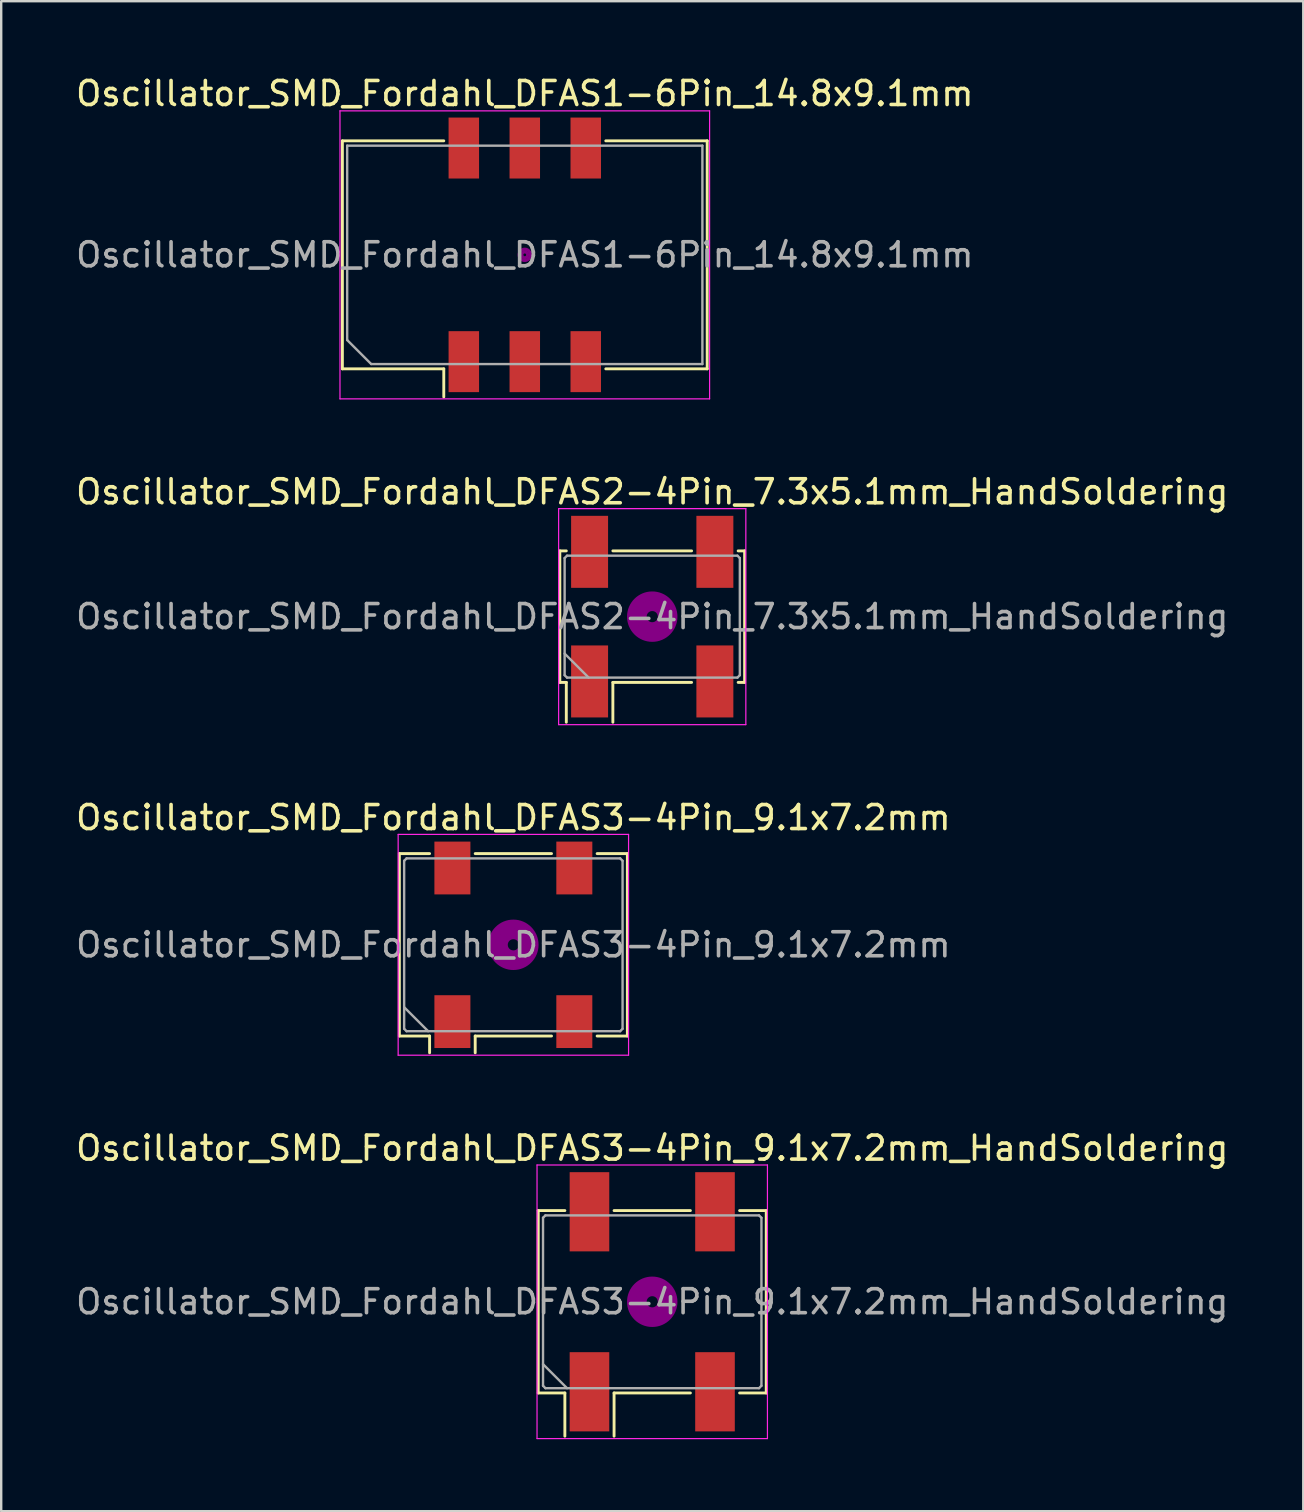
<source format=kicad_pcb>
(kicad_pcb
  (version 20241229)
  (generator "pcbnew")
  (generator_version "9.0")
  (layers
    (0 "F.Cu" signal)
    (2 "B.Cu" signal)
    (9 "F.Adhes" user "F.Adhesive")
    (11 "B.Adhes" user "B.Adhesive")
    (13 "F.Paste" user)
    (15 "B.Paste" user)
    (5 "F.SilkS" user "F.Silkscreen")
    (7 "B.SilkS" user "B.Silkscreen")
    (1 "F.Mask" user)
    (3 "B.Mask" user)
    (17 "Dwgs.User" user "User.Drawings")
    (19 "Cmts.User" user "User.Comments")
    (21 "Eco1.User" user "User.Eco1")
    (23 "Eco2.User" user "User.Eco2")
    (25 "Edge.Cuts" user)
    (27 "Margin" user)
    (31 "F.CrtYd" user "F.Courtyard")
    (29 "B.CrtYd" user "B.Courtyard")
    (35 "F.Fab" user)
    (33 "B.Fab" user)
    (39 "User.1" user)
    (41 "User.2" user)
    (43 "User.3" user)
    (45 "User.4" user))
  (footprint "Oscillator_SMD_Fordahl_DFAS3-4Pin_9.1x7.2mm_HandSoldering"
    (layer "F.Cu")
    (at 24.125 51.188)
    (property "Reference" "Oscillator_SMD_Fordahl_DFAS3-4Pin_9.1x7.2mm_HandSoldering" (at 0 -6.4 0) (layer "F.SilkS") (effects (font (size 1 1) (thickness 0.15))))
    (attr smd)
    (fp_line (start -4.75 -3.8) (end -3.64 -3.8) (stroke (width 0.12) (type solid)) (layer "F.SilkS"))
    (fp_line (start -4.75 3.8) (end -4.75 -3.8) (stroke (width 0.12) (type solid)) (layer "F.SilkS"))
    (fp_line (start -3.64 3.8) (end -4.75 3.8) (stroke (width 0.12) (type solid)) (layer "F.SilkS"))
    (fp_line (start -3.64 5.6) (end -3.64 3.8) (stroke (width 0.12) (type solid)) (layer "F.SilkS"))
    (fp_line (start -1.59 -3.8) (end 1.59 -3.8) (stroke (width 0.12) (type solid)) (layer "F.SilkS"))
    (fp_line (start -1.59 3.8) (end -1.59 5.6) (stroke (width 0.12) (type solid)) (layer "F.SilkS"))
    (fp_line (start 1.59 3.8) (end -1.59 3.8) (stroke (width 0.12) (type solid)) (layer "F.SilkS"))
    (fp_line (start 3.64 -3.8) (end 4.75 -3.8) (stroke (width 0.12) (type solid)) (layer "F.SilkS"))
    (fp_line (start 4.75 -3.8) (end 4.75 3.8) (stroke (width 0.12) (type solid)) (layer "F.SilkS"))
    (fp_line (start 4.75 3.8) (end 3.64 3.8) (stroke (width 0.12) (type solid)) (layer "F.SilkS"))
    (fp_circle (center 0 0) (end 0.233 0) (stroke (width 0.467) (type solid)) (fill no) (layer "F.Adhes"))
    (fp_circle (center 0 0) (end 0.533 0) (stroke (width 0.333) (type solid)) (fill no) (layer "F.Adhes"))
    (fp_circle (center 0 0) (end 0.833 0) (stroke (width 0.333) (type solid)) (fill no) (layer "F.Adhes"))
    (fp_circle (center 0 0) (end 1 0) (stroke (width 0.1) (type solid)) (fill no) (layer "F.Adhes"))
    (fp_line (start -4.8 -5.7) (end -4.8 5.7) (stroke (width 0.05) (type solid)) (layer "F.CrtYd"))
    (fp_line (start -4.8 5.7) (end 4.8 5.7) (stroke (width 0.05) (type solid)) (layer "F.CrtYd"))
    (fp_line (start 4.8 -5.7) (end -4.8 -5.7) (stroke (width 0.05) (type solid)) (layer "F.CrtYd"))
    (fp_line (start 4.8 5.7) (end 4.8 -5.7) (stroke (width 0.05) (type solid)) (layer "F.CrtYd"))
    (fp_line (start -4.55 -3.5) (end -4.45 -3.6) (stroke (width 0.1) (type solid)) (layer "F.Fab"))
    (fp_line (start -4.55 2.6) (end -3.55 3.6) (stroke (width 0.1) (type solid)) (layer "F.Fab"))
    (fp_line (start -4.55 3.5) (end -4.55 -3.5) (stroke (width 0.1) (type solid)) (layer "F.Fab"))
    (fp_line (start -4.45 -3.6) (end 4.45 -3.6) (stroke (width 0.1) (type solid)) (layer "F.Fab"))
    (fp_line (start -4.45 3.6) (end -4.55 3.5) (stroke (width 0.1) (type solid)) (layer "F.Fab"))
    (fp_line (start 4.45 -3.6) (end 4.55 -3.5) (stroke (width 0.1) (type solid)) (layer "F.Fab"))
    (fp_line (start 4.45 3.6) (end -4.45 3.6) (stroke (width 0.1) (type solid)) (layer "F.Fab"))
    (fp_line (start 4.55 -3.5) (end 4.55 3.5) (stroke (width 0.1) (type solid)) (layer "F.Fab"))
    (fp_line (start 4.55 3.5) (end 4.45 3.6) (stroke (width 0.1) (type solid)) (layer "F.Fab"))
    (fp_text user "${REFERENCE}" (at 0 0 0) (layer "F.Fab") (effects (font (size 1 1) (thickness 0.15))))
    (pad "1" smd rect (at -2.615 3.75) (size 1.65 3.3) (layers "F.Cu" "F.Mask" "F.Paste"))
    (pad "2" smd rect (at 2.615 3.75) (size 1.65 3.3) (layers "F.Cu" "F.Mask" "F.Paste"))
    (pad "3" smd rect (at 2.615 -3.75) (size 1.65 3.3) (layers "F.Cu" "F.Mask" "F.Paste"))
    (pad "4" smd rect (at -2.615 -3.75) (size 1.65 3.3) (layers "F.Cu" "F.Mask" "F.Paste")))
  (footprint "Oscillator_SMD_Fordahl_DFAS3-4Pin_9.1x7.2mm"
    (layer "F.Cu")
    (at 18.339 36.315)
    (property "Reference" "Oscillator_SMD_Fordahl_DFAS3-4Pin_9.1x7.2mm" (at 0 -5.3 0) (layer "F.SilkS") (effects (font (size 1 1) (thickness 0.15))))
    (attr smd)
    (fp_line (start -4.75 -3.8) (end -3.49 -3.8) (stroke (width 0.12) (type solid)) (layer "F.SilkS"))
    (fp_line (start -4.75 3.8) (end -4.75 -3.8) (stroke (width 0.12) (type solid)) (layer "F.SilkS"))
    (fp_line (start -3.49 3.8) (end -4.75 3.8) (stroke (width 0.12) (type solid)) (layer "F.SilkS"))
    (fp_line (start -3.49 4.5) (end -3.49 3.8) (stroke (width 0.12) (type solid)) (layer "F.SilkS"))
    (fp_line (start -1.59 -3.8) (end 1.59 -3.8) (stroke (width 0.12) (type solid)) (layer "F.SilkS"))
    (fp_line (start -1.59 3.8) (end -1.59 4.5) (stroke (width 0.12) (type solid)) (layer "F.SilkS"))
    (fp_line (start 1.59 3.8) (end -1.59 3.8) (stroke (width 0.12) (type solid)) (layer "F.SilkS"))
    (fp_line (start 3.49 -3.8) (end 4.75 -3.8) (stroke (width 0.12) (type solid)) (layer "F.SilkS"))
    (fp_line (start 4.75 -3.8) (end 4.75 3.8) (stroke (width 0.12) (type solid)) (layer "F.SilkS"))
    (fp_line (start 4.75 3.8) (end 3.49 3.8) (stroke (width 0.12) (type solid)) (layer "F.SilkS"))
    (fp_circle (center 0 0) (end 0.233 0) (stroke (width 0.467) (type solid)) (fill no) (layer "F.Adhes"))
    (fp_circle (center 0 0) (end 0.533 0) (stroke (width 0.333) (type solid)) (fill no) (layer "F.Adhes"))
    (fp_circle (center 0 0) (end 0.833 0) (stroke (width 0.333) (type solid)) (fill no) (layer "F.Adhes"))
    (fp_circle (center 0 0) (end 1 0) (stroke (width 0.1) (type solid)) (fill no) (layer "F.Adhes"))
    (fp_line (start -4.8 -4.6) (end -4.8 4.6) (stroke (width 0.05) (type solid)) (layer "F.CrtYd"))
    (fp_line (start -4.8 4.6) (end 4.8 4.6) (stroke (width 0.05) (type solid)) (layer "F.CrtYd"))
    (fp_line (start 4.8 -4.6) (end -4.8 -4.6) (stroke (width 0.05) (type solid)) (layer "F.CrtYd"))
    (fp_line (start 4.8 4.6) (end 4.8 -4.6) (stroke (width 0.05) (type solid)) (layer "F.CrtYd"))
    (fp_line (start -4.55 -3.5) (end -4.45 -3.6) (stroke (width 0.1) (type solid)) (layer "F.Fab"))
    (fp_line (start -4.55 2.6) (end -3.55 3.6) (stroke (width 0.1) (type solid)) (layer "F.Fab"))
    (fp_line (start -4.55 3.5) (end -4.55 -3.5) (stroke (width 0.1) (type solid)) (layer "F.Fab"))
    (fp_line (start -4.45 -3.6) (end 4.45 -3.6) (stroke (width 0.1) (type solid)) (layer "F.Fab"))
    (fp_line (start -4.45 3.6) (end -4.55 3.5) (stroke (width 0.1) (type solid)) (layer "F.Fab"))
    (fp_line (start 4.45 -3.6) (end 4.55 -3.5) (stroke (width 0.1) (type solid)) (layer "F.Fab"))
    (fp_line (start 4.45 3.6) (end -4.45 3.6) (stroke (width 0.1) (type solid)) (layer "F.Fab"))
    (fp_line (start 4.55 -3.5) (end 4.55 3.5) (stroke (width 0.1) (type solid)) (layer "F.Fab"))
    (fp_line (start 4.55 3.5) (end 4.45 3.6) (stroke (width 0.1) (type solid)) (layer "F.Fab"))
    (fp_text user "${REFERENCE}" (at 0 0 0) (layer "F.Fab") (effects (font (size 1 1) (thickness 0.15))))
    (pad "1" smd rect (at -2.54 3.2) (size 1.5 2.2) (layers "F.Cu" "F.Mask" "F.Paste"))
    (pad "2" smd rect (at 2.54 3.2) (size 1.5 2.2) (layers "F.Cu" "F.Mask" "F.Paste"))
    (pad "3" smd rect (at 2.54 -3.2) (size 1.5 2.2) (layers "F.Cu" "F.Mask" "F.Paste"))
    (pad "4" smd rect (at -2.54 -3.2) (size 1.5 2.2) (layers "F.Cu" "F.Mask" "F.Paste")))
  (footprint "Oscillator_SMD_Fordahl_DFAS1-6Pin_14.8x9.1mm"
    (layer "F.Cu")
    (at 18.815 7.568)
    (property "Reference" "Oscillator_SMD_Fordahl_DFAS1-6Pin_14.8x9.1mm" (at 0 -6.72 0) (layer "F.SilkS") (effects (font (size 1 1) (thickness 0.15))))
    (attr smd)
    (fp_line (start -7.6 -4.75) (end -3.375 -4.75) (stroke (width 0.12) (type solid)) (layer "F.SilkS"))
    (fp_line (start -7.6 4.75) (end -7.6 -4.75) (stroke (width 0.12) (type solid)) (layer "F.SilkS"))
    (fp_line (start -3.375 4.75) (end -7.6 4.75) (stroke (width 0.12) (type solid)) (layer "F.SilkS"))
    (fp_line (start -3.375 5.92) (end -3.375 4.75) (stroke (width 0.12) (type solid)) (layer "F.SilkS"))
    (fp_line (start 3.375 -4.75) (end 7.6 -4.75) (stroke (width 0.12) (type solid)) (layer "F.SilkS"))
    (fp_line (start 7.6 -4.75) (end 7.6 4.75) (stroke (width 0.12) (type solid)) (layer "F.SilkS"))
    (fp_line (start 7.6 4.75) (end 3.375 4.75) (stroke (width 0.12) (type solid)) (layer "F.SilkS"))
    (fp_circle (center 0 0) (end 0.058 0) (stroke (width 0.117) (type solid)) (fill no) (layer "F.Adhes"))
    (fp_circle (center 0 0) (end 0.133 0) (stroke (width 0.083) (type solid)) (fill no) (layer "F.Adhes"))
    (fp_circle (center 0 0) (end 0.208 0) (stroke (width 0.083) (type solid)) (fill no) (layer "F.Adhes"))
    (fp_circle (center 0 0) (end 0.25 0) (stroke (width 0.1) (type solid)) (fill no) (layer "F.Adhes"))
    (fp_line (start -7.7 -6) (end -7.7 6) (stroke (width 0.05) (type solid)) (layer "F.CrtYd"))
    (fp_line (start -7.7 6) (end 7.7 6) (stroke (width 0.05) (type solid)) (layer "F.CrtYd"))
    (fp_line (start 7.7 -6) (end -7.7 -6) (stroke (width 0.05) (type solid)) (layer "F.CrtYd"))
    (fp_line (start 7.7 6) (end 7.7 -6) (stroke (width 0.05) (type solid)) (layer "F.CrtYd"))
    (fp_line (start -7.4 -4.55) (end 7.4 -4.55) (stroke (width 0.1) (type solid)) (layer "F.Fab"))
    (fp_line (start -7.4 3.55) (end -7.4 -4.55) (stroke (width 0.1) (type solid)) (layer "F.Fab"))
    (fp_line (start -6.4 4.55) (end -7.4 3.55) (stroke (width 0.1) (type solid)) (layer "F.Fab"))
    (fp_line (start 7.4 -4.55) (end 7.4 4.55) (stroke (width 0.1) (type solid)) (layer "F.Fab"))
    (fp_line (start 7.4 4.55) (end -6.4 4.55) (stroke (width 0.1) (type solid)) (layer "F.Fab"))
    (fp_text user "${REFERENCE}" (at 0 0 0) (layer "F.Fab") (effects (font (size 1 1) (thickness 0.15))))
    (pad "1" smd rect (at -2.54 4.45) (size 1.27 2.54) (layers "F.Cu" "F.Mask" "F.Paste"))
    (pad "2" smd rect (at 0 4.45) (size 1.27 2.54) (layers "F.Cu" "F.Mask" "F.Paste"))
    (pad "3" smd rect (at 2.54 4.45) (size 1.27 2.54) (layers "F.Cu" "F.Mask" "F.Paste"))
    (pad "4" smd rect (at 2.54 -4.45) (size 1.27 2.54) (layers "F.Cu" "F.Mask" "F.Paste"))
    (pad "5" smd rect (at 0 -4.45) (size 1.27 2.54) (layers "F.Cu" "F.Mask" "F.Paste"))
    (pad "6" smd rect (at -2.54 -4.45) (size 1.27 2.54) (layers "F.Cu" "F.Mask" "F.Paste")))
  (footprint "Oscillator_SMD_Fordahl_DFAS2-4Pin_7.3x5.1mm_HandSoldering"
    (layer "F.Cu")
    (at 24.125 22.642)
    (property "Reference" "Oscillator_SMD_Fordahl_DFAS2-4Pin_7.3x5.1mm_HandSoldering" (at 0 -5.2 0) (layer "F.SilkS") (effects (font (size 1 1) (thickness 0.15))))
    (attr smd)
    (fp_line (start -3.85 -2.74) (end -3.58 -2.74) (stroke (width 0.12) (type solid)) (layer "F.SilkS"))
    (fp_line (start -3.85 2.74) (end -3.85 -2.74) (stroke (width 0.12) (type solid)) (layer "F.SilkS"))
    (fp_line (start -3.58 2.74) (end -3.85 2.74) (stroke (width 0.12) (type solid)) (layer "F.SilkS"))
    (fp_line (start -3.58 4.4) (end -3.58 2.74) (stroke (width 0.12) (type solid)) (layer "F.SilkS"))
    (fp_line (start -1.64 -2.74) (end 1.64 -2.74) (stroke (width 0.12) (type solid)) (layer "F.SilkS"))
    (fp_line (start -1.64 2.74) (end -1.64 4.4) (stroke (width 0.12) (type solid)) (layer "F.SilkS"))
    (fp_line (start 1.64 2.74) (end -1.64 2.74) (stroke (width 0.12) (type solid)) (layer "F.SilkS"))
    (fp_line (start 3.58 -2.74) (end 3.85 -2.74) (stroke (width 0.12) (type solid)) (layer "F.SilkS"))
    (fp_line (start 3.85 -2.74) (end 3.85 2.74) (stroke (width 0.12) (type solid)) (layer "F.SilkS"))
    (fp_line (start 3.85 2.74) (end 3.58 2.74) (stroke (width 0.12) (type solid)) (layer "F.SilkS"))
    (fp_circle (center 0 0) (end 0.233 0) (stroke (width 0.467) (type solid)) (fill no) (layer "F.Adhes"))
    (fp_circle (center 0 0) (end 0.533 0) (stroke (width 0.333) (type solid)) (fill no) (layer "F.Adhes"))
    (fp_circle (center 0 0) (end 0.833 0) (stroke (width 0.333) (type solid)) (fill no) (layer "F.Adhes"))
    (fp_circle (center 0 0) (end 1 0) (stroke (width 0.1) (type solid)) (fill no) (layer "F.Adhes"))
    (fp_line (start -3.9 -4.5) (end -3.9 4.5) (stroke (width 0.05) (type solid)) (layer "F.CrtYd"))
    (fp_line (start -3.9 4.5) (end 3.9 4.5) (stroke (width 0.05) (type solid)) (layer "F.CrtYd"))
    (fp_line (start 3.9 -4.5) (end -3.9 -4.5) (stroke (width 0.05) (type solid)) (layer "F.CrtYd"))
    (fp_line (start 3.9 4.5) (end 3.9 -4.5) (stroke (width 0.05) (type solid)) (layer "F.CrtYd"))
    (fp_line (start -3.65 -2.44) (end -3.55 -2.54) (stroke (width 0.1) (type solid)) (layer "F.Fab"))
    (fp_line (start -3.65 1.54) (end -2.65 2.54) (stroke (width 0.1) (type solid)) (layer "F.Fab"))
    (fp_line (start -3.65 2.44) (end -3.65 -2.44) (stroke (width 0.1) (type solid)) (layer "F.Fab"))
    (fp_line (start -3.55 -2.54) (end 3.55 -2.54) (stroke (width 0.1) (type solid)) (layer "F.Fab"))
    (fp_line (start -3.55 2.54) (end -3.65 2.44) (stroke (width 0.1) (type solid)) (layer "F.Fab"))
    (fp_line (start 3.55 -2.54) (end 3.65 -2.44) (stroke (width 0.1) (type solid)) (layer "F.Fab"))
    (fp_line (start 3.55 2.54) (end -3.55 2.54) (stroke (width 0.1) (type solid)) (layer "F.Fab"))
    (fp_line (start 3.65 -2.44) (end 3.65 2.44) (stroke (width 0.1) (type solid)) (layer "F.Fab"))
    (fp_line (start 3.65 2.44) (end 3.55 2.54) (stroke (width 0.1) (type solid)) (layer "F.Fab"))
    (fp_text user "${REFERENCE}" (at 0 0 0) (layer "F.Fab") (effects (font (size 1 1) (thickness 0.15))))
    (pad "1" smd rect (at -2.61 2.7) (size 1.54 3) (layers "F.Cu" "F.Mask" "F.Paste"))
    (pad "2" smd rect (at 2.61 2.7) (size 1.54 3) (layers "F.Cu" "F.Mask" "F.Paste"))
    (pad "3" smd rect (at 2.61 -2.7) (size 1.54 3) (layers "F.Cu" "F.Mask" "F.Paste"))
    (pad "4" smd rect (at -2.61 -2.7) (size 1.54 3) (layers "F.Cu" "F.Mask" "F.Paste")))
  (gr_rect
    (start -3 -3)
    (end 51.25 59.913)
    (stroke (width 0.1) (type default))
    (fill no)
    (layer "Edge.Cuts")))
</source>
